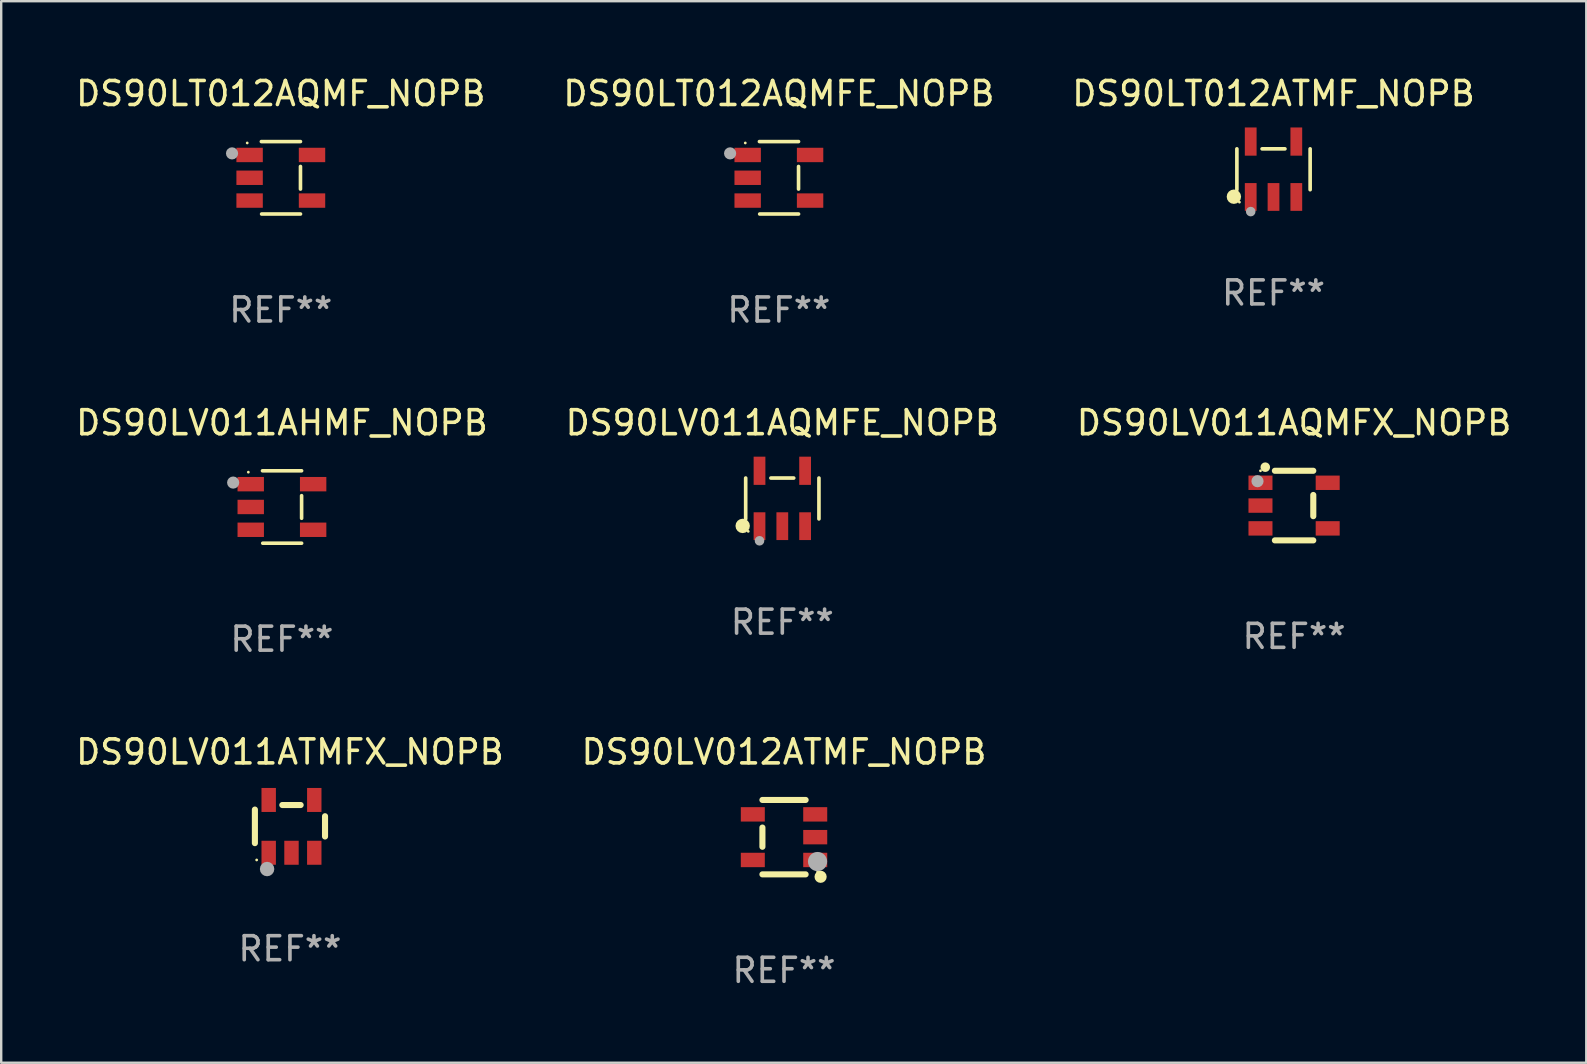
<source format=kicad_pcb>
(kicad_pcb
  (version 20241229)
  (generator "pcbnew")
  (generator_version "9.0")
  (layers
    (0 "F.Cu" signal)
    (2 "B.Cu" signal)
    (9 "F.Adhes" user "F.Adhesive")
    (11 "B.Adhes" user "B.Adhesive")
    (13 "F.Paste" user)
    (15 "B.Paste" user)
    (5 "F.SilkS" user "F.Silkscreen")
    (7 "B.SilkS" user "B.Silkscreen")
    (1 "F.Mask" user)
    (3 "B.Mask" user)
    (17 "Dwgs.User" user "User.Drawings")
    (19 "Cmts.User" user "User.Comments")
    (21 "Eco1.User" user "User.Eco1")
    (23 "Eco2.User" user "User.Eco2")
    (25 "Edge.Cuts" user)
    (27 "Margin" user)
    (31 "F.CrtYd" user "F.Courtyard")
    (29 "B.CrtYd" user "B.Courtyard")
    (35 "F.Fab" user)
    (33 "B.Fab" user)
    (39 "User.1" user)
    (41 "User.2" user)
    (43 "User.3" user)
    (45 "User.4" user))
  (footprint "DS90LV011AQMFE_NOPB"
    (layer "F.Cu")
    (at 29.542 17.717)
    (property "Reference" "DS90LV011AQMFE_NOPB" (at 0 -3.154 0) (layer "F.SilkS") (effects (font (size 1 1) (thickness 0.15))))
    (attr through_hole)
    (fp_line (start -1.526 0.851) (end -1.526 -0.851) (stroke (width 0.152) (type solid)) (layer "F.SilkS"))
    (fp_line (start 0.476 -0.851) (end -0.476 -0.851) (stroke (width 0.152) (type solid)) (layer "F.SilkS"))
    (fp_line (start 1.526 0.851) (end 1.526 -0.851) (stroke (width 0.152) (type solid)) (layer "F.SilkS"))
    (fp_circle (center -1.651 1.143) (end -1.501 1.143) (stroke (width 0.3) (type solid)) (fill no) (layer "F.SilkS"))
    (fp_circle (center -1.42 1.37) (end -1.39 1.37) (stroke (width 0.06) (type solid)) (fill no) (layer "F.SilkS"))
    (fp_circle (center -0.95 1.763) (end -0.85 1.763) (stroke (width 0.2) (type solid)) (fill no) (layer "F.Fab"))
    (fp_text user "REF**" (at 0 5.154 0) (layer "F.Fab") (effects (font (size 1 1) (thickness 0.15))))
    (pad "1" smd rect (at -0.95 1.154) (size 0.49 1.157) (layers "F.Cu" "F.Mask" "F.Paste"))
    (pad "2" smd rect (at 0 1.154) (size 0.49 1.157) (layers "F.Cu" "F.Mask" "F.Paste"))
    (pad "3" smd rect (at 0.95 1.154) (size 0.49 1.157) (layers "F.Cu" "F.Mask" "F.Paste"))
    (pad "4" smd rect (at 0.95 -1.154) (size 0.49 1.175) (layers "F.Cu" "F.Mask" "F.Paste"))
    (pad "5" smd rect (at -0.95 -1.154) (size 0.49 1.175) (layers "F.Cu" "F.Mask" "F.Paste")))
  (footprint "DS90LV012ATMF_NOPB"
    (layer "F.Cu")
    (at 29.613 31.827)
    (property "Reference" "DS90LV012ATMF_NOPB" (at 0 -3.55 0) (layer "F.SilkS") (effects (font (size 1 1) (thickness 0.15))))
    (attr through_hole)
    (fp_line (start -0.9 -1.55) (end 0.9 -1.55) (stroke (width 0.254) (type solid)) (layer "F.SilkS"))
    (fp_line (start -0.9 0.4) (end -0.9 -0.4) (stroke (width 0.254) (type solid)) (layer "F.SilkS"))
    (fp_line (start -0.9 1.55) (end 0.9 1.55) (stroke (width 0.254) (type solid)) (layer "F.SilkS"))
    (fp_circle (center 1.4 1.45) (end 1.43 1.45) (stroke (width 0.06) (type solid)) (fill no) (layer "F.SilkS"))
    (fp_circle (center 1.524 1.651) (end 1.651 1.651) (stroke (width 0.254) (type solid)) (fill no) (layer "F.SilkS"))
    (fp_circle (center 1.397 1.016) (end 1.597 1.016) (stroke (width 0.4) (type solid)) (fill no) (layer "F.Fab"))
    (fp_text user "REF**" (at 0 5.55 0) (layer "F.Fab") (effects (font (size 1 1) (thickness 0.15))))
    (pad "1" smd rect (at 1.3 0.95) (size 1 0.6) (layers "F.Cu" "F.Mask" "F.Paste"))
    (pad "2" smd rect (at 1.3 -0.000051) (size 1 0.6) (layers "F.Cu" "F.Mask" "F.Paste"))
    (pad "3" smd rect (at 1.3 -0.95) (size 1 0.6) (layers "F.Cu" "F.Mask" "F.Paste"))
    (pad "4" smd rect (at -1.3 -0.95) (size 1 0.6) (layers "F.Cu" "F.Mask" "F.Paste"))
    (pad "5" smd rect (at -1.3 0.95) (size 1 0.6) (layers "F.Cu" "F.Mask" "F.Paste")))
  (footprint "DS90LT012AQMF_NOPB"
    (layer "F.Cu")
    (at 8.649 4.357)
    (property "Reference" "DS90LT012AQMF_NOPB" (at 0 -3.509 0) (layer "F.SilkS") (effects (font (size 1 1) (thickness 0.15))))
    (attr through_hole)
    (fp_line (start -0.811 -1.509) (end 0.819 -1.509) (stroke (width 0.15) (type solid)) (layer "F.SilkS"))
    (fp_line (start -0.8 1.509) (end 0.82 1.509) (stroke (width 0.15) (type solid)) (layer "F.SilkS"))
    (fp_line (start 0.819 -0.472) (end 0.819 0.47) (stroke (width 0.15) (type solid)) (layer "F.SilkS"))
    (fp_circle (center -1.4 -1.451) (end -1.37 -1.451) (stroke (width 0.06) (type solid)) (fill no) (layer "F.SilkS"))
    (fp_circle (center -2.032 -1.017) (end -1.905 -1.017) (stroke (width 0.254) (type solid)) (fill no) (layer "F.Fab"))
    (fp_text user "REF**" (at 0 5.509 0) (layer "F.Fab") (effects (font (size 1 1) (thickness 0.15))))
    (pad "1" smd rect (at -1.3 -0.951) (size 1.1 0.6) (layers "F.Cu" "F.Mask" "F.Paste"))
    (pad "2" smd rect (at -1.3 -0.001) (size 1.1 0.6) (layers "F.Cu" "F.Mask" "F.Paste"))
    (pad "3" smd rect (at -1.3 0.949) (size 1.1 0.6) (layers "F.Cu" "F.Mask" "F.Paste"))
    (pad "4" smd rect (at 1.3 0.949) (size 1.1 0.6) (layers "F.Cu" "F.Mask" "F.Paste"))
    (pad "5" smd rect (at 1.3 -0.951) (size 1.1 0.6) (layers "F.Cu" "F.Mask" "F.Paste")))
  (footprint "DS90LV011AHMF_NOPB"
    (layer "F.Cu")
    (at 8.696 18.072)
    (property "Reference" "DS90LV011AHMF_NOPB" (at 0 -3.509 0) (layer "F.SilkS") (effects (font (size 1 1) (thickness 0.15))))
    (attr through_hole)
    (fp_line (start -0.811 -1.509) (end 0.819 -1.509) (stroke (width 0.15) (type solid)) (layer "F.SilkS"))
    (fp_line (start -0.8 1.509) (end 0.82 1.509) (stroke (width 0.15) (type solid)) (layer "F.SilkS"))
    (fp_line (start 0.819 -0.472) (end 0.819 0.47) (stroke (width 0.15) (type solid)) (layer "F.SilkS"))
    (fp_circle (center -1.4 -1.451) (end -1.37 -1.451) (stroke (width 0.06) (type solid)) (fill no) (layer "F.SilkS"))
    (fp_circle (center -2.032 -1.017) (end -1.905 -1.017) (stroke (width 0.254) (type solid)) (fill no) (layer "F.Fab"))
    (fp_text user "REF**" (at 0 5.509 0) (layer "F.Fab") (effects (font (size 1 1) (thickness 0.15))))
    (pad "1" smd rect (at -1.3 -0.951) (size 1.1 0.6) (layers "F.Cu" "F.Mask" "F.Paste"))
    (pad "2" smd rect (at -1.3 -0.001) (size 1.1 0.6) (layers "F.Cu" "F.Mask" "F.Paste"))
    (pad "3" smd rect (at -1.3 0.949) (size 1.1 0.6) (layers "F.Cu" "F.Mask" "F.Paste"))
    (pad "4" smd rect (at 1.3 0.949) (size 1.1 0.6) (layers "F.Cu" "F.Mask" "F.Paste"))
    (pad "5" smd rect (at 1.3 -0.951) (size 1.1 0.6) (layers "F.Cu" "F.Mask" "F.Paste")))
  (footprint "DS90LT012AQMFE_NOPB"
    (layer "F.Cu")
    (at 29.399 4.357)
    (property "Reference" "DS90LT012AQMFE_NOPB" (at 0 -3.509 0) (layer "F.SilkS") (effects (font (size 1 1) (thickness 0.15))))
    (attr through_hole)
    (fp_line (start -0.811 -1.509) (end 0.819 -1.509) (stroke (width 0.15) (type solid)) (layer "F.SilkS"))
    (fp_line (start -0.8 1.509) (end 0.82 1.509) (stroke (width 0.15) (type solid)) (layer "F.SilkS"))
    (fp_line (start 0.819 -0.472) (end 0.819 0.47) (stroke (width 0.15) (type solid)) (layer "F.SilkS"))
    (fp_circle (center -1.4 -1.451) (end -1.37 -1.451) (stroke (width 0.06) (type solid)) (fill no) (layer "F.SilkS"))
    (fp_circle (center -2.032 -1.017) (end -1.905 -1.017) (stroke (width 0.254) (type solid)) (fill no) (layer "F.Fab"))
    (fp_text user "REF**" (at 0 5.509 0) (layer "F.Fab") (effects (font (size 1 1) (thickness 0.15))))
    (pad "1" smd rect (at -1.3 -0.951) (size 1.1 0.6) (layers "F.Cu" "F.Mask" "F.Paste"))
    (pad "2" smd rect (at -1.3 -0.001) (size 1.1 0.6) (layers "F.Cu" "F.Mask" "F.Paste"))
    (pad "3" smd rect (at -1.3 0.949) (size 1.1 0.6) (layers "F.Cu" "F.Mask" "F.Paste"))
    (pad "4" smd rect (at 1.3 0.949) (size 1.1 0.6) (layers "F.Cu" "F.Mask" "F.Paste"))
    (pad "5" smd rect (at 1.3 -0.951) (size 1.1 0.6) (layers "F.Cu" "F.Mask" "F.Paste")))
  (footprint "DS90LV011ATMFX_NOPB"
    (layer "F.Cu")
    (at 9.03 31.377)
    (property "Reference" "DS90LV011ATMFX_NOPB" (at 0 -3.1 0) (layer "F.SilkS") (effects (font (size 1 1) (thickness 0.15))))
    (attr through_hole)
    (fp_line (start -1.461 -0.699) (end -1.461 0.699) (stroke (width 0.254) (type solid)) (layer "F.SilkS"))
    (fp_line (start -0.318 -0.889) (end 0.445 -0.889) (stroke (width 0.254) (type solid)) (layer "F.SilkS"))
    (fp_line (start 1.461 -0.422) (end 1.461 0.422) (stroke (width 0.254) (type solid)) (layer "F.SilkS"))
    (fp_circle (center -1.387 1.4) (end -1.357 1.4) (stroke (width 0.06) (type solid)) (fill no) (layer "F.SilkS"))
    (fp_circle (center -0.953 1.778) (end -0.802 1.778) (stroke (width 0.3) (type solid)) (fill no) (layer "F.Fab"))
    (fp_text user "REF**" (at 0 5.1 0) (layer "F.Fab") (effects (font (size 1 1) (thickness 0.15))))
    (pad "1" smd rect (at -0.886 1.1) (size 0.6 1) (layers "F.Cu" "F.Mask" "F.Paste"))
    (pad "2" smd rect (at 0.064 1.1) (size 0.6 1) (layers "F.Cu" "F.Mask" "F.Paste"))
    (pad "3" smd rect (at 1.013 1.1) (size 0.6 1) (layers "F.Cu" "F.Mask" "F.Paste"))
    (pad "4" smd rect (at 1.013 -1.1) (size 0.6 1) (layers "F.Cu" "F.Mask" "F.Paste"))
    (pad "5" smd rect (at -0.886 -1.1) (size 0.6 1) (layers "F.Cu" "F.Mask" "F.Paste")))
  (footprint "DS90LV011AQMFX_NOPB"
    (layer "F.Cu")
    (at 50.863 18.013)
    (property "Reference" "DS90LV011AQMFX_NOPB" (at 0 -3.45 0) (layer "F.SilkS") (effects (font (size 1 1) (thickness 0.15))))
    (attr through_hole)
    (fp_line (start 0.8 -1.45) (end -0.8 -1.45) (stroke (width 0.254) (type solid)) (layer "F.SilkS"))
    (fp_line (start 0.8 -0.442) (end 0.8 0.442) (stroke (width 0.254) (type solid)) (layer "F.SilkS"))
    (fp_line (start 0.8 1.45) (end -0.8 1.45) (stroke (width 0.254) (type solid)) (layer "F.SilkS"))
    (fp_circle (center -1.4 -1.45) (end -1.37 -1.45) (stroke (width 0.06) (type solid)) (fill no) (layer "F.SilkS"))
    (fp_circle (center -1.2 -1.6) (end -1.1 -1.6) (stroke (width 0.2) (type solid)) (fill no) (layer "F.SilkS"))
    (fp_circle (center -1.524 -1.016) (end -1.397 -1.016) (stroke (width 0.254) (type solid)) (fill no) (layer "F.Fab"))
    (fp_text user "REF**" (at 0 5.45 0) (layer "F.Fab") (effects (font (size 1 1) (thickness 0.15))))
    (pad "1" smd rect (at -1.4 -0.95 180) (size 1 0.6) (layers "F.Cu" "F.Mask" "F.Paste"))
    (pad "2" smd rect (at -1.4 0.000114 180) (size 1 0.6) (layers "F.Cu" "F.Mask" "F.Paste"))
    (pad "3" smd rect (at -1.4 0.95 180) (size 1 0.6) (layers "F.Cu" "F.Mask" "F.Paste"))
    (pad "4" smd rect (at 1.4 0.95) (size 1 0.6) (layers "F.Cu" "F.Mask" "F.Paste"))
    (pad "5" smd rect (at 1.4 -0.95) (size 1 0.6) (layers "F.Cu" "F.Mask" "F.Paste")))
  (footprint "DS90LT012ATMF_NOPB"
    (layer "F.Cu")
    (at 50.006 4.002)
    (property "Reference" "DS90LT012ATMF_NOPB" (at 0 -3.154 0) (layer "F.SilkS") (effects (font (size 1 1) (thickness 0.15))))
    (attr through_hole)
    (fp_line (start -1.526 0.851) (end -1.526 -0.851) (stroke (width 0.152) (type solid)) (layer "F.SilkS"))
    (fp_line (start 0.476 -0.851) (end -0.476 -0.851) (stroke (width 0.152) (type solid)) (layer "F.SilkS"))
    (fp_line (start 1.526 0.851) (end 1.526 -0.851) (stroke (width 0.152) (type solid)) (layer "F.SilkS"))
    (fp_circle (center -1.651 1.143) (end -1.501 1.143) (stroke (width 0.3) (type solid)) (fill no) (layer "F.SilkS"))
    (fp_circle (center -1.42 1.37) (end -1.39 1.37) (stroke (width 0.06) (type solid)) (fill no) (layer "F.SilkS"))
    (fp_circle (center -0.95 1.763) (end -0.85 1.763) (stroke (width 0.2) (type solid)) (fill no) (layer "F.Fab"))
    (fp_text user "REF**" (at 0 5.154 0) (layer "F.Fab") (effects (font (size 1 1) (thickness 0.15))))
    (pad "1" smd rect (at -0.95 1.154) (size 0.49 1.157) (layers "F.Cu" "F.Mask" "F.Paste"))
    (pad "2" smd rect (at 0 1.154) (size 0.49 1.157) (layers "F.Cu" "F.Mask" "F.Paste"))
    (pad "3" smd rect (at 0.95 1.154) (size 0.49 1.157) (layers "F.Cu" "F.Mask" "F.Paste"))
    (pad "4" smd rect (at 0.95 -1.154) (size 0.49 1.175) (layers "F.Cu" "F.Mask" "F.Paste"))
    (pad "5" smd rect (at -0.95 -1.154) (size 0.49 1.175) (layers "F.Cu" "F.Mask" "F.Paste")))
  (gr_rect
    (start -3 -3)
    (end 63.036 41.226)
    (stroke (width 0.1) (type default))
    (fill no)
    (layer "Edge.Cuts")))
</source>
